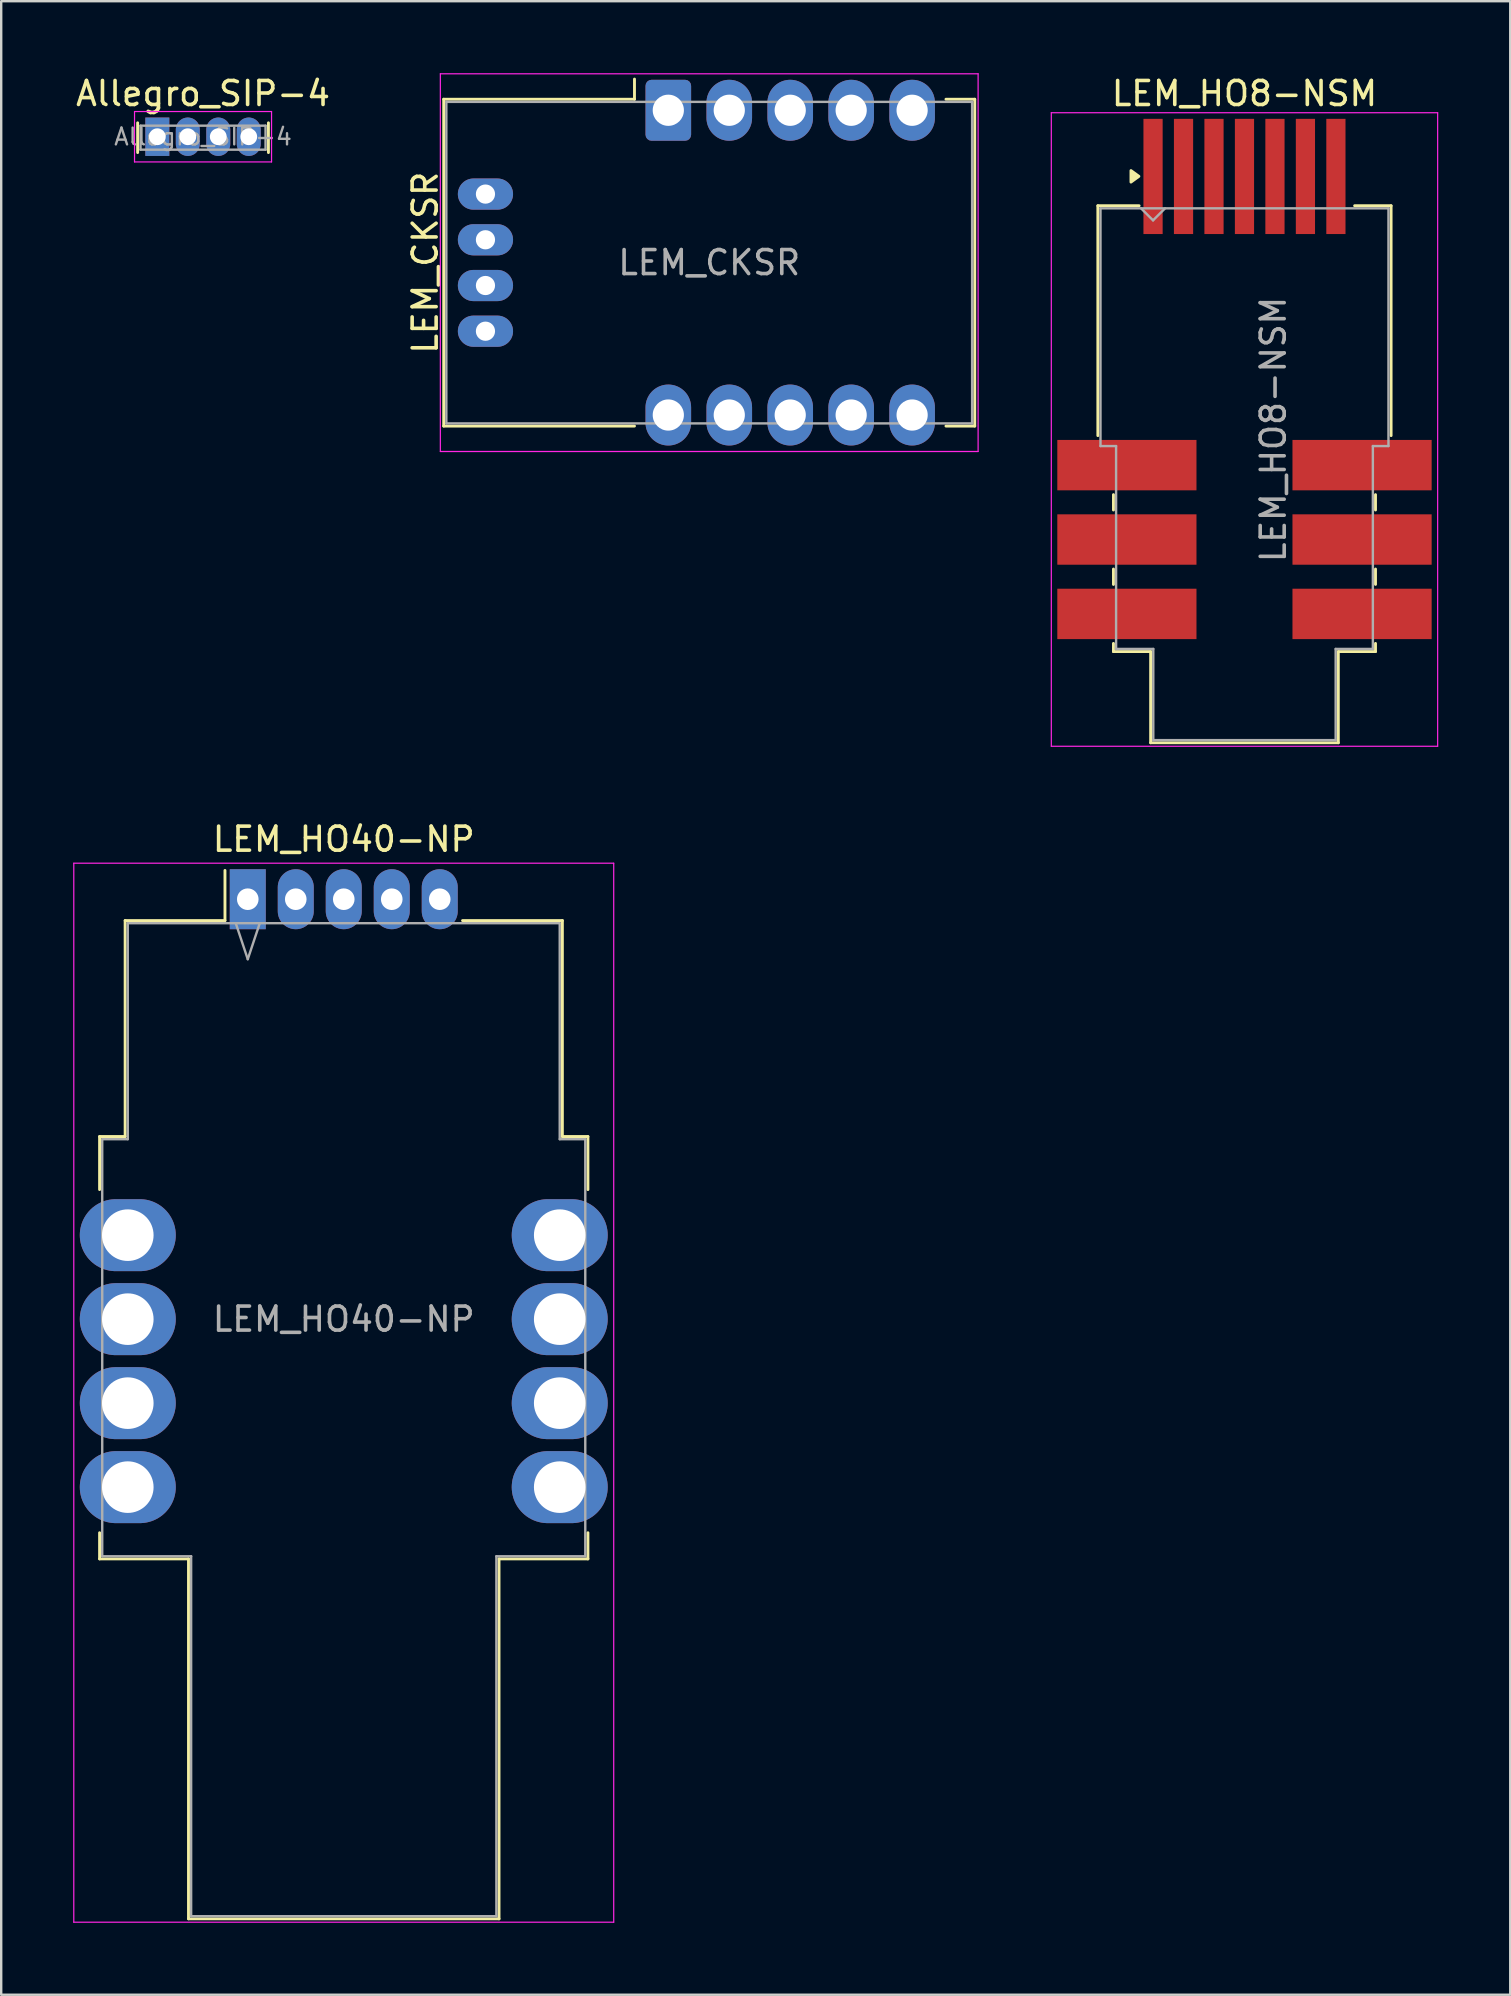
<source format=kicad_pcb>
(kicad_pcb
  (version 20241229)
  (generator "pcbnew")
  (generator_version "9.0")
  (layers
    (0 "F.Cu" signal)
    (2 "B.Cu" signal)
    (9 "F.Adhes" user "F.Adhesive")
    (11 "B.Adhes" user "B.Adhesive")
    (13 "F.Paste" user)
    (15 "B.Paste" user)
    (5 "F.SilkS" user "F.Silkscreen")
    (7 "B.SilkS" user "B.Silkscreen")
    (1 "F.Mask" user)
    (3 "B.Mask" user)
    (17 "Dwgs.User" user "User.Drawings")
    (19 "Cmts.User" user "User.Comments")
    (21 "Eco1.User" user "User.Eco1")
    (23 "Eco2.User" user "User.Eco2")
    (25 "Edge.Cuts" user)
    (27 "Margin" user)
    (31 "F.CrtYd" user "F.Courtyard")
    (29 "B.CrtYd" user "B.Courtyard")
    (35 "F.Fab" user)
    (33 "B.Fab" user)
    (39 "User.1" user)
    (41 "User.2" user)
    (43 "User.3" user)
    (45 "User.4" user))
  (footprint "LEM_HO40-NP"
    (layer "F.Cu")
    (at 7.275 34.422)
    (property "Reference" "LEM_HO40-NP" (at 4 -2.5 180) (layer "F.SilkS") (effects (font (size 1 1) (thickness 0.15))))
    (attr through_hole)
    (fp_line (start -6.175 9.89) (end -6.175 12.1) (stroke (width 0.12) (type solid)) (layer "F.SilkS"))
    (fp_line (start -6.175 26.4) (end -6.175 27.49) (stroke (width 0.12) (type solid)) (layer "F.SilkS"))
    (fp_line (start -5.11 0.89) (end -5.11 9.89) (stroke (width 0.12) (type solid)) (layer "F.SilkS"))
    (fp_line (start -5.11 9.89) (end -6.175 9.89) (stroke (width 0.12) (type solid)) (layer "F.SilkS"))
    (fp_line (start -2.47 27.49) (end -6.175 27.49) (stroke (width 0.12) (type solid)) (layer "F.SilkS"))
    (fp_line (start -2.47 42.49) (end -2.47 27.49) (stroke (width 0.12) (type solid)) (layer "F.SilkS"))
    (fp_line (start -2.47 42.49) (end 10.47 42.49) (stroke (width 0.12) (type solid)) (layer "F.SilkS"))
    (fp_line (start -0.95 0.89) (end -5.11 0.89) (stroke (width 0.12) (type solid)) (layer "F.SilkS"))
    (fp_line (start -0.95 0.89) (end -0.95 -1.2) (stroke (width 0.12) (type solid)) (layer "F.SilkS"))
    (fp_line (start 10.47 42.49) (end 10.47 27.49) (stroke (width 0.12) (type solid)) (layer "F.SilkS"))
    (fp_line (start 13.11 0.89) (end 8.95 0.89) (stroke (width 0.12) (type solid)) (layer "F.SilkS"))
    (fp_line (start 13.11 9.89) (end 13.11 0.89) (stroke (width 0.12) (type solid)) (layer "F.SilkS"))
    (fp_line (start 14.175 9.89) (end 13.11 9.89) (stroke (width 0.12) (type solid)) (layer "F.SilkS"))
    (fp_line (start 14.175 9.89) (end 14.175 12.1) (stroke (width 0.12) (type solid)) (layer "F.SilkS"))
    (fp_line (start 14.175 26.4) (end 14.175 27.49) (stroke (width 0.12) (type solid)) (layer "F.SilkS"))
    (fp_line (start 14.175 27.49) (end 10.47 27.49) (stroke (width 0.12) (type solid)) (layer "F.SilkS"))
    (fp_line (start -7.25 -1.5) (end -7.25 42.63) (stroke (width 0.05) (type solid)) (layer "F.CrtYd"))
    (fp_line (start -7.25 42.63) (end 15.25 42.63) (stroke (width 0.05) (type solid)) (layer "F.CrtYd"))
    (fp_line (start 15.25 -1.5) (end -7.25 -1.5) (stroke (width 0.05) (type solid)) (layer "F.CrtYd"))
    (fp_line (start 15.25 42.63) (end 15.25 -1.5) (stroke (width 0.05) (type solid)) (layer "F.CrtYd"))
    (fp_line (start -6.065 10) (end -6.065 27.38) (stroke (width 0.1) (type solid)) (layer "F.Fab"))
    (fp_line (start -5 10) (end -6.065 10) (stroke (width 0.1) (type solid)) (layer "F.Fab"))
    (fp_line (start -5 10) (end -5 1) (stroke (width 0.1) (type solid)) (layer "F.Fab"))
    (fp_line (start -2.36 27.38) (end -6.065 27.38) (stroke (width 0.1) (type solid)) (layer "F.Fab"))
    (fp_line (start -2.36 42.38) (end -2.36 27.38) (stroke (width 0.1) (type solid)) (layer "F.Fab"))
    (fp_line (start -2.36 42.38) (end 10.36 42.38) (stroke (width 0.1) (type solid)) (layer "F.Fab"))
    (fp_line (start -0.5 1) (end 0 2.5) (stroke (width 0.1) (type solid)) (layer "F.Fab"))
    (fp_line (start 0 2.5) (end 0.5 1) (stroke (width 0.1) (type solid)) (layer "F.Fab"))
    (fp_line (start 10.36 42.38) (end 10.36 27.38) (stroke (width 0.1) (type solid)) (layer "F.Fab"))
    (fp_line (start 13 1) (end -5 1) (stroke (width 0.1) (type solid)) (layer "F.Fab"))
    (fp_line (start 13 1) (end 13 10) (stroke (width 0.1) (type solid)) (layer "F.Fab"))
    (fp_line (start 14.065 10) (end 13 10) (stroke (width 0.1) (type solid)) (layer "F.Fab"))
    (fp_line (start 14.065 10) (end 14.065 27.38) (stroke (width 0.1) (type solid)) (layer "F.Fab"))
    (fp_line (start 14.065 27.38) (end 10.36 27.38) (stroke (width 0.1) (type solid)) (layer "F.Fab"))
    (fp_text user "${REFERENCE}" (at 4 17.5 0) (layer "F.Fab") (effects (font (size 1 1) (thickness 0.15))))
    (pad "1" thru_hole rect (at 0 0) (size 1.5 2.5) (drill 0.9) (layers "*.Cu" "*.Mask"))
    (pad "2" thru_hole oval (at 2 0) (size 1.5 2.5) (drill 0.9) (layers "*.Cu" "*.Mask"))
    (pad "3" thru_hole oval (at 4 0) (size 1.5 2.5) (drill 0.9) (layers "*.Cu" "*.Mask"))
    (pad "4" thru_hole oval (at 6 0) (size 1.5 2.5) (drill 0.9) (layers "*.Cu" "*.Mask"))
    (pad "5" thru_hole oval (at 8 0) (size 1.5 2.5) (drill 0.9) (layers "*.Cu" "*.Mask"))
    (pad "6" thru_hole oval (at 13 14) (size 4 3) (drill 2.15) (layers "*.Cu" "*.Mask"))
    (pad "7" thru_hole oval (at 13 17.5) (size 4 3) (drill 2.15) (layers "*.Cu" "*.Mask"))
    (pad "8" thru_hole oval (at 13 21) (size 4 3) (drill 2.15) (layers "*.Cu" "*.Mask"))
    (pad "9" thru_hole oval (at 13 24.5) (size 4 3) (drill 2.15) (layers "*.Cu" "*.Mask"))
    (pad "10" thru_hole oval (at -5 24.5) (size 4 3) (drill 2.15) (layers "*.Cu" "*.Mask"))
    (pad "11" thru_hole oval (at -5 21) (size 4 3) (drill 2.15) (layers "*.Cu" "*.Mask"))
    (pad "12" thru_hole oval (at -5 17.5) (size 4 3) (drill 2.15) (layers "*.Cu" "*.Mask"))
    (pad "13" thru_hole oval (at -5 14) (size 4 3) (drill 2.15) (layers "*.Cu" "*.Mask")))
  (footprint "LEM_CKSR"
    (layer "F.Cu")
    (at 24.8 1.545)
    (property "Reference" "LEM_CKSR" (at -10.13 6.35 270) (layer "F.SilkS") (effects (font (size 1 1) (thickness 0.15))))
    (attr through_hole)
    (fp_line (start -9.36 -0.46) (end -9.36 13.16) (stroke (width 0.12) (type solid)) (layer "F.SilkS"))
    (fp_line (start -9.36 -0.46) (end -1.41 -0.46) (stroke (width 0.12) (type solid)) (layer "F.SilkS"))
    (fp_line (start -9.36 13.16) (end -1.41 13.16) (stroke (width 0.12) (type solid)) (layer "F.SilkS"))
    (fp_line (start -1.41 -0.46) (end -1.41 -1.3) (stroke (width 0.12) (type solid)) (layer "F.SilkS"))
    (fp_line (start 12.77 -0.46) (end 11.57 -0.46) (stroke (width 0.12) (type solid)) (layer "F.SilkS"))
    (fp_line (start 12.77 -0.46) (end 12.77 13.16) (stroke (width 0.12) (type solid)) (layer "F.SilkS"))
    (fp_line (start 12.77 13.16) (end 11.57 13.16) (stroke (width 0.12) (type solid)) (layer "F.SilkS"))
    (fp_line (start -9.5 -1.52) (end 12.91 -1.52) (stroke (width 0.05) (type solid)) (layer "F.CrtYd"))
    (fp_line (start -9.5 14.22) (end -9.5 -1.52) (stroke (width 0.05) (type solid)) (layer "F.CrtYd"))
    (fp_line (start 12.91 -1.52) (end 12.91 14.22) (stroke (width 0.05) (type solid)) (layer "F.CrtYd"))
    (fp_line (start 12.91 14.22) (end -9.5 14.22) (stroke (width 0.05) (type solid)) (layer "F.CrtYd"))
    (fp_line (start -9.25 -0.35) (end -9.25 13.05) (stroke (width 0.1) (type solid)) (layer "F.Fab"))
    (fp_line (start -0.5 -0.35) (end 0 0.21) (stroke (width 0.1) (type solid)) (layer "F.Fab"))
    (fp_line (start 0 0.21) (end 0.5 -0.35) (stroke (width 0.1) (type solid)) (layer "F.Fab"))
    (fp_line (start 12.66 -0.35) (end -9.25 -0.35) (stroke (width 0.1) (type solid)) (layer "F.Fab"))
    (fp_line (start 12.66 13.05) (end -9.25 13.05) (stroke (width 0.1) (type solid)) (layer "F.Fab"))
    (fp_line (start 12.66 13.05) (end 12.66 -0.35) (stroke (width 0.1) (type solid)) (layer "F.Fab"))
    (fp_text user "${REFERENCE}" (at 1.705 6.35 180) (layer "F.Fab") (effects (font (size 1 1) (thickness 0.15))))
    (pad "1" thru_hole roundrect (at 0 0 180) (size 1.9 2.54) (drill 1.3) (layers "*.Cu" "*.Mask") (roundrect_rratio 0.132))
    (pad "2" thru_hole oval (at 2.54 0 180) (size 1.9 2.54) (drill 1.3) (layers "*.Cu" "*.Mask"))
    (pad "3" thru_hole oval (at 5.08 0 180) (size 1.9 2.54) (drill 1.3) (layers "*.Cu" "*.Mask"))
    (pad "4" thru_hole oval (at 7.62 0 180) (size 1.9 2.54) (drill 1.3) (layers "*.Cu" "*.Mask"))
    (pad "5" thru_hole oval (at 10.16 0 180) (size 1.9 2.54) (drill 1.3) (layers "*.Cu" "*.Mask"))
    (pad "6" thru_hole oval (at 10.16 12.7 180) (size 1.9 2.54) (drill 1.3) (layers "*.Cu" "*.Mask"))
    (pad "7" thru_hole oval (at 7.62 12.7 180) (size 1.9 2.54) (drill 1.3) (layers "*.Cu" "*.Mask"))
    (pad "8" thru_hole oval (at 5.08 12.7 180) (size 1.9 2.54) (drill 1.3) (layers "*.Cu" "*.Mask"))
    (pad "9" thru_hole oval (at 2.54 12.7 180) (size 1.9 2.54) (drill 1.3) (layers "*.Cu" "*.Mask"))
    (pad "10" thru_hole oval (at 0 12.7 180) (size 1.9 2.54) (drill 1.3) (layers "*.Cu" "*.Mask"))
    (pad "11" thru_hole oval (at -7.62 9.207 180) (size 2.3 1.3) (drill 0.8) (layers "*.Cu" "*.Mask"))
    (pad "12" thru_hole oval (at -7.62 7.303 180) (size 2.3 1.3) (drill 0.8) (layers "*.Cu" "*.Mask"))
    (pad "13" thru_hole oval (at -7.62 5.397 180) (size 2.3 1.3) (drill 0.8) (layers "*.Cu" "*.Mask"))
    (pad "14" thru_hole oval (at -7.62 3.493 180) (size 2.3 1.3) (drill 0.8) (layers "*.Cu" "*.Mask")))
  (footprint "Allegro_SIP-4"
    (layer "F.Cu")
    (at 3.506 2.648)
    (property "Reference" "Allegro_SIP-4" (at 1.905 -1.8 0) (layer "F.SilkS") (effects (font (size 1 1) (thickness 0.15))))
    (attr through_hole)
    (fp_line (start -0.82 0.66) (end -0.82 -0.58) (stroke (width 0.12) (type solid)) (layer "F.SilkS"))
    (fp_line (start 4.63 -0.58) (end 4.63 0.66) (stroke (width 0.12) (type solid)) (layer "F.SilkS"))
    (fp_line (start -0.95 -1.05) (end -0.95 1.05) (stroke (width 0.05) (type solid)) (layer "F.CrtYd"))
    (fp_line (start -0.95 1.05) (end 4.76 1.05) (stroke (width 0.05) (type solid)) (layer "F.CrtYd"))
    (fp_line (start 4.76 -1.05) (end -0.95 -1.05) (stroke (width 0.05) (type solid)) (layer "F.CrtYd"))
    (fp_line (start 4.76 1.05) (end 4.76 -1.05) (stroke (width 0.05) (type solid)) (layer "F.CrtYd"))
    (fp_line (start -0.7 -0.46) (end 4.51 -0.46) (stroke (width 0.1) (type solid)) (layer "F.Fab"))
    (fp_line (start -0.7 0.54) (end -0.7 -0.46) (stroke (width 0.1) (type solid)) (layer "F.Fab"))
    (fp_line (start 4.51 -0.46) (end 4.51 0.54) (stroke (width 0.1) (type solid)) (layer "F.Fab"))
    (fp_line (start 4.51 0.54) (end -0.7 0.54) (stroke (width 0.1) (type solid)) (layer "F.Fab"))
    (fp_text user "${REFERENCE}" (at 1.905 0 0) (layer "F.Fab") (effects (font (size 0.7 0.7) (thickness 0.1))))
    (pad "1" thru_hole rect (at 0 0) (size 1 1.6) (drill 0.7) (layers "*.Cu" "*.Mask"))
    (pad "2" thru_hole oval (at 1.27 0) (size 1 1.6) (drill 0.7) (layers "*.Cu" "*.Mask"))
    (pad "3" thru_hole oval (at 2.54 0) (size 1 1.6) (drill 0.7) (layers "*.Cu" "*.Mask"))
    (pad "4" thru_hole oval (at 3.81 0) (size 1 1.6) (drill 0.7) (layers "*.Cu" "*.Mask")))
  (footprint "LEM_HO8-NSM"
    (layer "F.Cu")
    (at 48.81 14.848)
    (property "Reference" "LEM_HO8-NSM" (at 0 -14 0) (layer "F.SilkS") (effects (font (size 1 1) (thickness 0.15))))
    (attr smd)
    (fp_line (start -6.11 -9.325) (end -6.11 0.255) (stroke (width 0.12) (type solid)) (layer "F.SilkS"))
    (fp_line (start -6.11 -9.325) (end -4.39 -9.325) (stroke (width 0.12) (type solid)) (layer "F.SilkS"))
    (fp_line (start -5.46 2.715) (end -5.46 3.355) (stroke (width 0.12) (type solid)) (layer "F.SilkS"))
    (fp_line (start -5.46 5.815) (end -5.46 6.457) (stroke (width 0.12) (type solid)) (layer "F.SilkS"))
    (fp_line (start -5.46 8.915) (end -5.46 9.255) (stroke (width 0.12) (type solid)) (layer "F.SilkS"))
    (fp_line (start -5.46 9.255) (end -3.91 9.255) (stroke (width 0.12) (type solid)) (layer "F.SilkS"))
    (fp_line (start -3.91 9.255) (end -3.91 13.055) (stroke (width 0.12) (type solid)) (layer "F.SilkS"))
    (fp_line (start -3.91 13.055) (end 3.91 13.055) (stroke (width 0.12) (type solid)) (layer "F.SilkS"))
    (fp_line (start 3.91 9.255) (end 5.46 9.255) (stroke (width 0.12) (type solid)) (layer "F.SilkS"))
    (fp_line (start 3.91 13.055) (end 3.91 9.255) (stroke (width 0.12) (type solid)) (layer "F.SilkS"))
    (fp_line (start 5.46 2.715) (end 5.46 3.355) (stroke (width 0.12) (type solid)) (layer "F.SilkS"))
    (fp_line (start 5.46 5.815) (end 5.46 6.455) (stroke (width 0.12) (type solid)) (layer "F.SilkS"))
    (fp_line (start 5.46 8.915) (end 5.46 9.255) (stroke (width 0.12) (type solid)) (layer "F.SilkS"))
    (fp_line (start 6.11 -9.325) (end 4.59 -9.325) (stroke (width 0.12) (type solid)) (layer "F.SilkS"))
    (fp_line (start 6.11 0.255) (end 6.11 -9.325) (stroke (width 0.12) (type solid)) (layer "F.SilkS"))
    (fp_poly (pts (xy -4.4 -10.55) (xy -4.73 -10.31) (xy -4.73 -10.79) (xy -4.4 -10.55)) (stroke (width 0.12) (type solid)) (fill yes) (layer "F.SilkS"))
    (fp_line (start -8.05 -13.2) (end -8.05 13.2) (stroke (width 0.05) (type solid)) (layer "F.CrtYd"))
    (fp_line (start -8.05 13.2) (end 8.05 13.2) (stroke (width 0.05) (type solid)) (layer "F.CrtYd"))
    (fp_line (start 8.05 -13.2) (end -8.05 -13.2) (stroke (width 0.05) (type solid)) (layer "F.CrtYd"))
    (fp_line (start 8.05 13.2) (end 8.05 -13.2) (stroke (width 0.05) (type solid)) (layer "F.CrtYd"))
    (fp_line (start -6 0.69) (end -6 -9.215) (stroke (width 0.1) (type solid)) (layer "F.Fab"))
    (fp_line (start -6 0.69) (end -5.35 0.69) (stroke (width 0.1) (type solid)) (layer "F.Fab"))
    (fp_line (start -5.35 0.69) (end -5.35 9.145) (stroke (width 0.1) (type solid)) (layer "F.Fab"))
    (fp_line (start -4.31 -9.215) (end -3.81 -8.715) (stroke (width 0.1) (type solid)) (layer "F.Fab"))
    (fp_line (start -3.81 -8.715) (end -3.31 -9.215) (stroke (width 0.1) (type solid)) (layer "F.Fab"))
    (fp_line (start -3.8 9.145) (end -5.35 9.145) (stroke (width 0.1) (type solid)) (layer "F.Fab"))
    (fp_line (start -3.8 12.945) (end -3.8 9.145) (stroke (width 0.1) (type solid)) (layer "F.Fab"))
    (fp_line (start -3.8 12.945) (end 3.8 12.945) (stroke (width 0.1) (type solid)) (layer "F.Fab"))
    (fp_line (start 3.8 9.145) (end 5.35 9.145) (stroke (width 0.1) (type solid)) (layer "F.Fab"))
    (fp_line (start 3.8 12.945) (end 3.8 9.145) (stroke (width 0.1) (type solid)) (layer "F.Fab"))
    (fp_line (start 5.35 0.69) (end 5.35 9.145) (stroke (width 0.1) (type solid)) (layer "F.Fab"))
    (fp_line (start 6 -9.215) (end -6 -9.215) (stroke (width 0.1) (type solid)) (layer "F.Fab"))
    (fp_line (start 6 -9.215) (end 6 0.69) (stroke (width 0.1) (type solid)) (layer "F.Fab"))
    (fp_line (start 6 0.69) (end 5.35 0.69) (stroke (width 0.1) (type solid)) (layer "F.Fab"))
    (fp_text user "${REFERENCE}" (at 1.2 0 90) (layer "F.Fab") (effects (font (size 1 1) (thickness 0.15))))
    (pad "1" smd rect (at -3.81 -10.545) (size 0.8 4.8) (layers "F.Cu" "F.Mask" "F.Paste"))
    (pad "2" smd rect (at -2.54 -10.545) (size 0.8 4.8) (layers "F.Cu" "F.Mask" "F.Paste"))
    (pad "3" smd rect (at -1.27 -10.545) (size 0.8 4.8) (layers "F.Cu" "F.Mask" "F.Paste"))
    (pad "4" smd rect (at 0 -10.545) (size 0.8 4.8) (layers "F.Cu" "F.Mask" "F.Paste"))
    (pad "5" smd rect (at 1.27 -10.545) (size 0.8 4.8) (layers "F.Cu" "F.Mask" "F.Paste"))
    (pad "6" smd rect (at 2.54 -10.545) (size 0.8 4.8) (layers "F.Cu" "F.Mask" "F.Paste"))
    (pad "7" smd rect (at 3.81 -10.545) (size 0.8 4.8) (layers "F.Cu" "F.Mask" "F.Paste"))
    (pad "8" smd rect (at 4.9 1.485) (size 5.8 2.1) (layers "F.Cu" "F.Mask" "F.Paste"))
    (pad "9" smd rect (at 4.9 4.585) (size 5.8 2.1) (layers "F.Cu" "F.Mask" "F.Paste"))
    (pad "10" smd rect (at 4.9 7.685) (size 5.8 2.1) (layers "F.Cu" "F.Mask" "F.Paste"))
    (pad "11" smd rect (at -4.9 7.685) (size 5.8 2.1) (layers "F.Cu" "F.Mask" "F.Paste"))
    (pad "12" smd rect (at -4.9 4.585) (size 5.8 2.1) (layers "F.Cu" "F.Mask" "F.Paste"))
    (pad "13" smd rect (at -4.9 1.485) (size 5.8 2.1) (layers "F.Cu" "F.Mask" "F.Paste")))
  (gr_rect
    (start -3 -3)
    (end 59.885 80.076)
    (stroke (width 0.1) (type default))
    (fill no)
    (layer "Edge.Cuts")))
</source>
